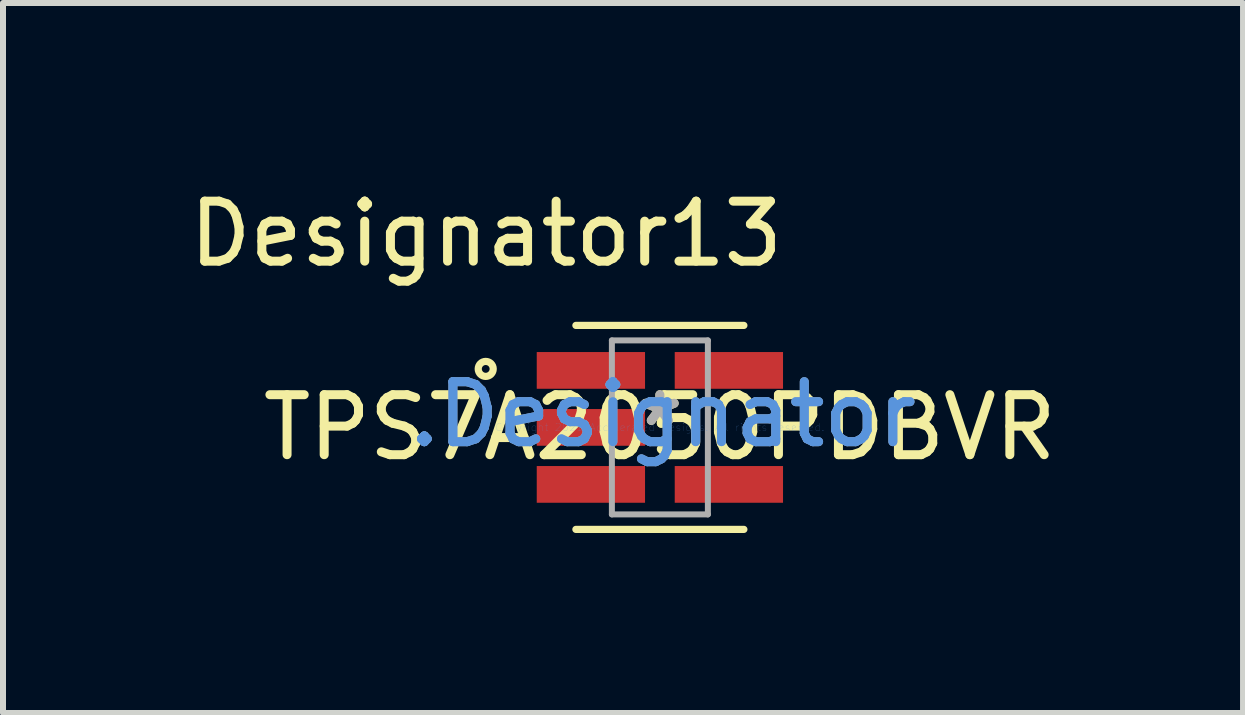
<source format=kicad_pcb>
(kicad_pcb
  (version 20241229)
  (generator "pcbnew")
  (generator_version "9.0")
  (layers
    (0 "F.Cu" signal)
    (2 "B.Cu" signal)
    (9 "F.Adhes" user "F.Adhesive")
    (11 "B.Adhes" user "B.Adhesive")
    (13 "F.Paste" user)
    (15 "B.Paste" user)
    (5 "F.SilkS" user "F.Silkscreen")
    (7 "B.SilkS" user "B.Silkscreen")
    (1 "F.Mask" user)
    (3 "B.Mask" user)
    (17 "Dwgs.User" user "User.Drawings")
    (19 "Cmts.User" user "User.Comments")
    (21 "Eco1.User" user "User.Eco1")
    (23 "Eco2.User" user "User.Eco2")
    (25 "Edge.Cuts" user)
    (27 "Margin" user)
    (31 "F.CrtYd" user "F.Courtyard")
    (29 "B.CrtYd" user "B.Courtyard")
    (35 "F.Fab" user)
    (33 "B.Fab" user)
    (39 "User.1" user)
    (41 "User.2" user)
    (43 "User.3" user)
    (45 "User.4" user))
  (footprint "TPS7A2050PDBVR"
    (layer "F.Cu")
    (at 7.949 4.074)
    (property "Reference" "TPS7A2050PDBVR" (at 0 0 0) (layer "F.SilkS") (effects (font (size 1 1) (thickness 0.15))))
    (attr through_hole)
    (fp_line (start -1.4 -1.7) (end 1.4 -1.7) (stroke (width 0.12) (type solid)) (layer "F.SilkS"))
    (fp_line (start -1.4 1.7) (end 1.4 1.7) (stroke (width 0.12) (type solid)) (layer "F.SilkS"))
    (fp_circle (center -2.903 -0.975) (end -2.778 -0.975) (stroke (width 0.12) (type solid)) (fill no) (layer "F.SilkS"))
    (fp_line (start -0.8 -1.45) (end 0.8 -1.45) (stroke (width 0.1) (type solid)) (layer "F.Fab"))
    (fp_line (start -0.8 1.45) (end -0.8 -1.45) (stroke (width 0.1) (type solid)) (layer "F.Fab"))
    (fp_line (start -0.8 1.45) (end 0.8 1.45) (stroke (width 0.1) (type solid)) (layer "F.Fab"))
    (fp_line (start 0.8 1.45) (end 0.8 -1.45) (stroke (width 0.1) (type solid)) (layer "F.Fab"))
    (fp_text user "*" (at 0 0 0) (layer "F.SilkS") (effects (font (size 1 1) (thickness 0.15))))
    (fp_text user "Designator13" (at -2.896 -3.226 0) (layer "F.SilkS") (effects (font (size 1 1) (thickness 0.15))))
    (fp_text user ".Designator" (at 0.05 -0.217 0) (layer "Cmts.User") (effects (font (size 1 1) (thickness 0.15))))
    (fp_text user "Copyright 2021 Accelerated Designs. All rights reserved." (at 0 0 0) (layer "Cmts.User") (effects (font (size 0.127 0.127) (thickness 0.002))))
    (fp_text user "*" (at 0 0 0) (layer "F.Fab") (effects (font (size 1 1) (thickness 0.15))))
    (fp_text user ".Designator" (at 0.05 -0.217 0) (layer "F.Fab") (effects (font (size 1 1) (thickness 0.15))))
    (pad "1" smd rect (at -1.15 -0.95) (size 1.805 0.612) (layers "F.Cu" "F.Mask" "F.Paste"))
    (pad "2" smd rect (at -1.15 0) (size 1.805 0.612) (layers "F.Cu" "F.Mask" "F.Paste"))
    (pad "3" smd rect (at -1.15 0.95) (size 1.805 0.612) (layers "F.Cu" "F.Mask" "F.Paste"))
    (pad "4" smd rect (at 1.15 0.95) (size 1.805 0.612) (layers "F.Cu" "F.Mask" "F.Paste"))
    (pad "5" smd rect (at 1.15 -0.95) (size 1.805 0.612) (layers "F.Cu" "F.Mask" "F.Paste")))
  (gr_rect
    (start -3 -3)
    (end 17.669 8.834)
    (stroke (width 0.1) (type default))
    (fill no)
    (layer "Edge.Cuts")))
</source>
